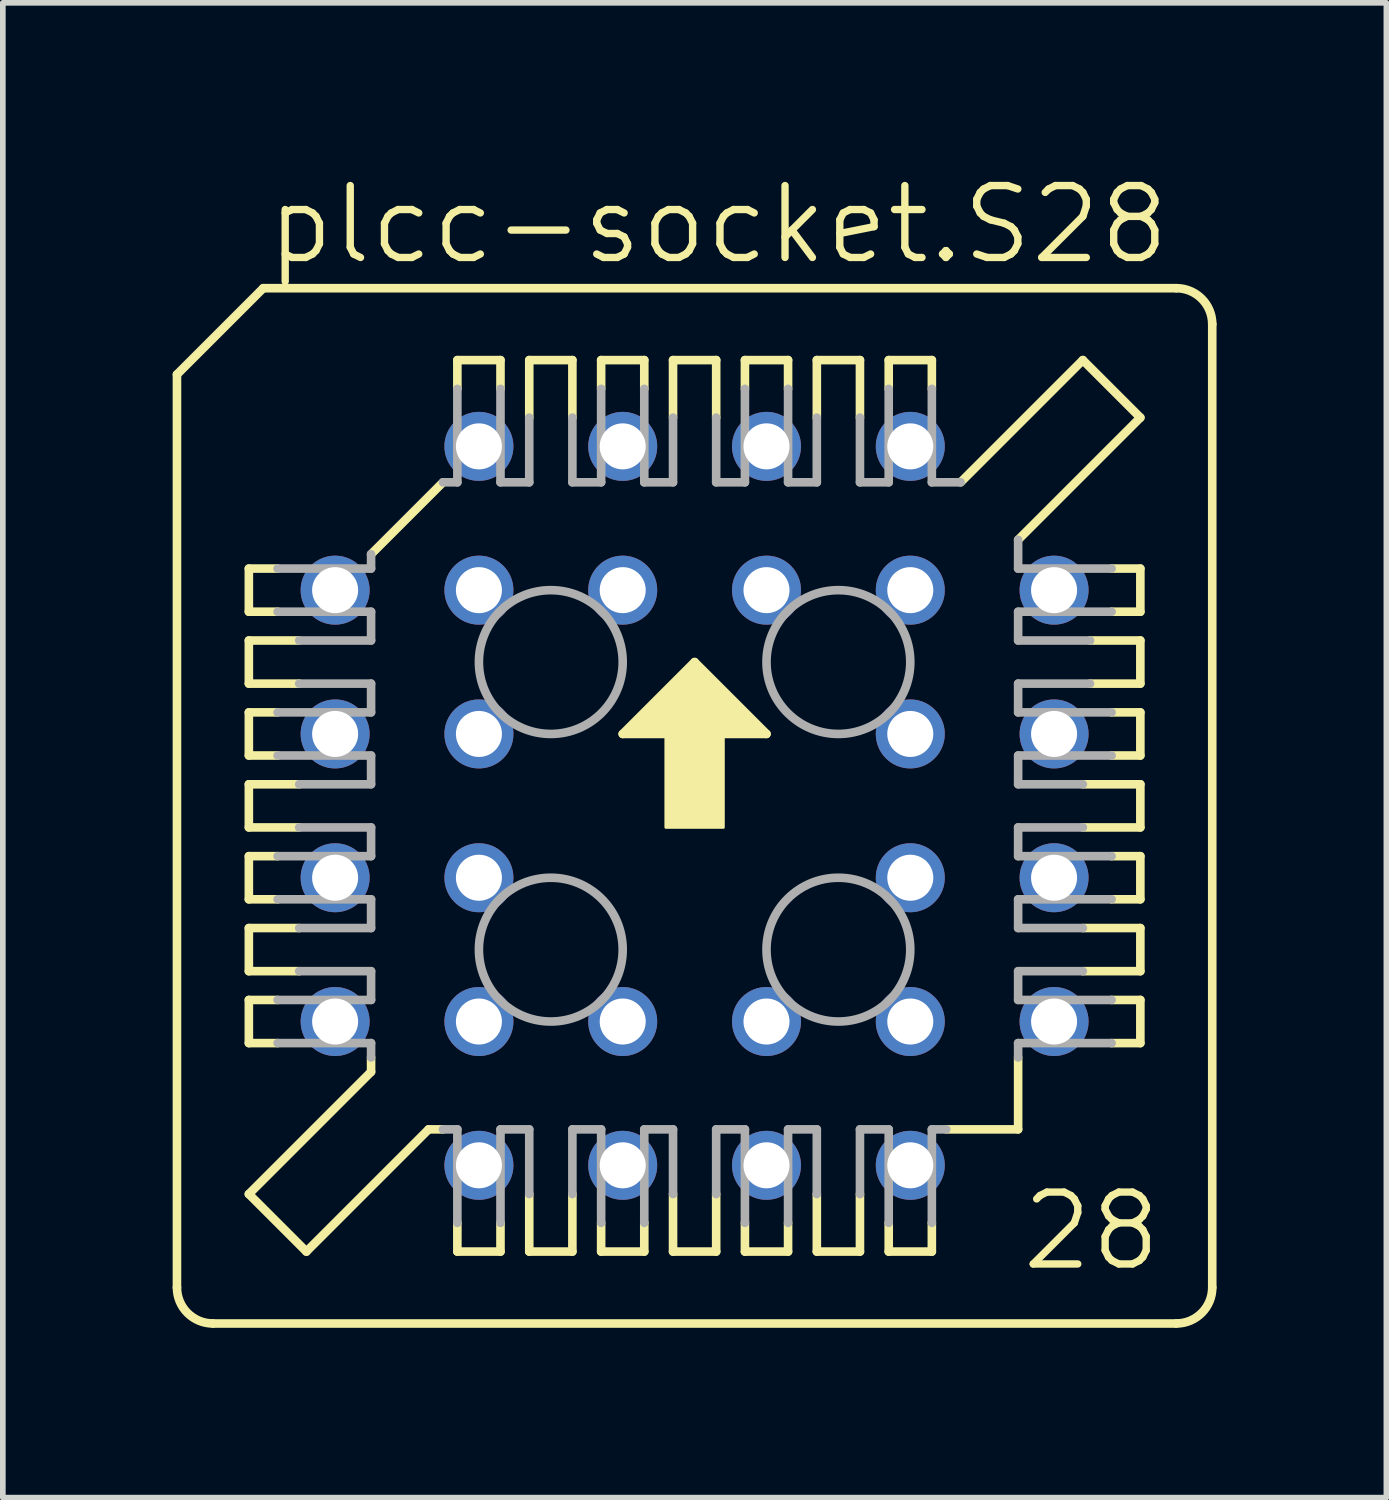
<source format=kicad_pcb>
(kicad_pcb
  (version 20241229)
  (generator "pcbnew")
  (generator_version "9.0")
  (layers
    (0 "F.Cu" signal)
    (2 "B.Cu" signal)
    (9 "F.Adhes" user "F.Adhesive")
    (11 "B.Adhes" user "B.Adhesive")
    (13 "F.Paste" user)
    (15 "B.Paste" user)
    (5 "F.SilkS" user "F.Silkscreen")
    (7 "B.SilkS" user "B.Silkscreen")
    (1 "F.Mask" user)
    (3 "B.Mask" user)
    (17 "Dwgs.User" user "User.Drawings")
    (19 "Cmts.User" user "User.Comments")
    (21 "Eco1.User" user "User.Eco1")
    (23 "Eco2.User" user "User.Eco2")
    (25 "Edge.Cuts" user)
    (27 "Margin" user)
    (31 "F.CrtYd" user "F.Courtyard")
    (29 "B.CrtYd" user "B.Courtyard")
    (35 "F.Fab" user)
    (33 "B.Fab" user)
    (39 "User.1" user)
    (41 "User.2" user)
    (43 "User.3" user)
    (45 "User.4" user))
  (footprint "plcc-socket.S28"
    (layer "F.Cu")
    (at 9.22 11.185)
    (property "Reference" "plcc-socket.S28" (at -7.62 -9.525 0) (layer "F.SilkS") (effects (font (size 1.27 1.27) (thickness 0.13)) (justify left bottom)))
    (attr through_hole)
    (fp_line (start -9.144 -7.62) (end -9.144 8.509) (stroke (width 0.152) (type default)) (layer "F.SilkS"))
    (fp_line (start -7.874 -4.191) (end -7.366 -4.191) (stroke (width 0.152) (type default)) (layer "F.SilkS"))
    (fp_line (start -7.874 -3.429) (end -7.874 -4.191) (stroke (width 0.152) (type default)) (layer "F.SilkS"))
    (fp_line (start -7.874 -2.921) (end -6.985 -2.921) (stroke (width 0.152) (type default)) (layer "F.SilkS"))
    (fp_line (start -7.874 -2.159) (end -7.874 -2.921) (stroke (width 0.152) (type default)) (layer "F.SilkS"))
    (fp_line (start -7.874 -1.651) (end -7.366 -1.651) (stroke (width 0.152) (type default)) (layer "F.SilkS"))
    (fp_line (start -7.874 -0.889) (end -7.874 -1.651) (stroke (width 0.152) (type default)) (layer "F.SilkS"))
    (fp_line (start -7.874 -0.381) (end -6.985 -0.381) (stroke (width 0.152) (type default)) (layer "F.SilkS"))
    (fp_line (start -7.874 0.381) (end -7.874 -0.381) (stroke (width 0.152) (type default)) (layer "F.SilkS"))
    (fp_line (start -7.874 0.889) (end -7.366 0.889) (stroke (width 0.152) (type default)) (layer "F.SilkS"))
    (fp_line (start -7.874 1.651) (end -7.874 0.889) (stroke (width 0.152) (type default)) (layer "F.SilkS"))
    (fp_line (start -7.874 2.159) (end -6.985 2.159) (stroke (width 0.152) (type default)) (layer "F.SilkS"))
    (fp_line (start -7.874 2.921) (end -7.874 2.159) (stroke (width 0.152) (type default)) (layer "F.SilkS"))
    (fp_line (start -7.874 3.429) (end -7.366 3.429) (stroke (width 0.152) (type default)) (layer "F.SilkS"))
    (fp_line (start -7.874 4.191) (end -7.874 3.429) (stroke (width 0.152) (type default)) (layer "F.SilkS"))
    (fp_line (start -7.874 6.858) (end -5.715 4.699) (stroke (width 0.152) (type default)) (layer "F.SilkS"))
    (fp_line (start -7.62 -9.144) (end -9.144 -7.62) (stroke (width 0.152) (type default)) (layer "F.SilkS"))
    (fp_line (start -7.366 -3.429) (end -7.874 -3.429) (stroke (width 0.152) (type default)) (layer "F.SilkS"))
    (fp_line (start -7.366 -0.889) (end -7.874 -0.889) (stroke (width 0.152) (type default)) (layer "F.SilkS"))
    (fp_line (start -7.366 1.651) (end -7.874 1.651) (stroke (width 0.152) (type default)) (layer "F.SilkS"))
    (fp_line (start -7.366 4.191) (end -7.874 4.191) (stroke (width 0.152) (type default)) (layer "F.SilkS"))
    (fp_line (start -6.985 -2.159) (end -7.874 -2.159) (stroke (width 0.152) (type default)) (layer "F.SilkS"))
    (fp_line (start -6.985 0.381) (end -7.874 0.381) (stroke (width 0.152) (type default)) (layer "F.SilkS"))
    (fp_line (start -6.985 2.921) (end -7.874 2.921) (stroke (width 0.152) (type default)) (layer "F.SilkS"))
    (fp_line (start -6.858 7.874) (end -7.874 6.858) (stroke (width 0.152) (type default)) (layer "F.SilkS"))
    (fp_line (start -6.858 7.874) (end -4.699 5.715) (stroke (width 0.152) (type default)) (layer "F.SilkS"))
    (fp_line (start -5.715 -4.445) (end -4.445 -5.715) (stroke (width 0.152) (type default)) (layer "F.SilkS"))
    (fp_line (start -5.715 4.699) (end -5.715 4.445) (stroke (width 0.152) (type default)) (layer "F.SilkS"))
    (fp_line (start -4.699 5.715) (end -4.445 5.715) (stroke (width 0.152) (type default)) (layer "F.SilkS"))
    (fp_line (start -4.191 -7.874) (end -4.191 -7.366) (stroke (width 0.152) (type default)) (layer "F.SilkS"))
    (fp_line (start -4.191 7.366) (end -4.191 7.874) (stroke (width 0.152) (type default)) (layer "F.SilkS"))
    (fp_line (start -4.191 7.874) (end -3.429 7.874) (stroke (width 0.152) (type default)) (layer "F.SilkS"))
    (fp_line (start -3.429 -7.874) (end -4.191 -7.874) (stroke (width 0.152) (type default)) (layer "F.SilkS"))
    (fp_line (start -3.429 -7.366) (end -3.429 -7.874) (stroke (width 0.152) (type default)) (layer "F.SilkS"))
    (fp_line (start -3.429 7.874) (end -3.429 7.366) (stroke (width 0.152) (type default)) (layer "F.SilkS"))
    (fp_line (start -2.921 -7.874) (end -2.921 -6.858) (stroke (width 0.152) (type default)) (layer "F.SilkS"))
    (fp_line (start -2.921 6.858) (end -2.921 7.874) (stroke (width 0.152) (type default)) (layer "F.SilkS"))
    (fp_line (start -2.921 7.874) (end -2.159 7.874) (stroke (width 0.152) (type default)) (layer "F.SilkS"))
    (fp_line (start -2.159 -7.874) (end -2.921 -7.874) (stroke (width 0.152) (type default)) (layer "F.SilkS"))
    (fp_line (start -2.159 -6.858) (end -2.159 -7.874) (stroke (width 0.152) (type default)) (layer "F.SilkS"))
    (fp_line (start -2.159 7.874) (end -2.159 6.858) (stroke (width 0.152) (type default)) (layer "F.SilkS"))
    (fp_line (start -1.651 -7.874) (end -1.651 -7.366) (stroke (width 0.152) (type default)) (layer "F.SilkS"))
    (fp_line (start -1.651 7.366) (end -1.651 7.874) (stroke (width 0.152) (type default)) (layer "F.SilkS"))
    (fp_line (start -1.651 7.874) (end -0.889 7.874) (stroke (width 0.152) (type default)) (layer "F.SilkS"))
    (fp_line (start -1.27 -1.27) (end 1.27 -1.27) (stroke (width 0.152) (type default)) (layer "F.SilkS"))
    (fp_line (start -0.889 -7.874) (end -1.651 -7.874) (stroke (width 0.152) (type default)) (layer "F.SilkS"))
    (fp_line (start -0.889 -7.366) (end -0.889 -7.874) (stroke (width 0.152) (type default)) (layer "F.SilkS"))
    (fp_line (start -0.889 7.874) (end -0.889 7.366) (stroke (width 0.152) (type default)) (layer "F.SilkS"))
    (fp_line (start -0.381 -7.874) (end -0.381 -6.858) (stroke (width 0.152) (type default)) (layer "F.SilkS"))
    (fp_line (start -0.381 6.858) (end -0.381 7.874) (stroke (width 0.152) (type default)) (layer "F.SilkS"))
    (fp_line (start -0.381 7.874) (end 0.381 7.874) (stroke (width 0.152) (type default)) (layer "F.SilkS"))
    (fp_line (start 0 -2.54) (end -1.27 -1.27) (stroke (width 0.152) (type default)) (layer "F.SilkS"))
    (fp_line (start 0.381 -7.874) (end -0.381 -7.874) (stroke (width 0.152) (type default)) (layer "F.SilkS"))
    (fp_line (start 0.381 -6.858) (end 0.381 -7.874) (stroke (width 0.152) (type default)) (layer "F.SilkS"))
    (fp_line (start 0.381 7.874) (end 0.381 6.858) (stroke (width 0.152) (type default)) (layer "F.SilkS"))
    (fp_line (start 0.889 -7.874) (end 0.889 -7.366) (stroke (width 0.152) (type default)) (layer "F.SilkS"))
    (fp_line (start 0.889 7.366) (end 0.889 7.874) (stroke (width 0.152) (type default)) (layer "F.SilkS"))
    (fp_line (start 0.889 7.874) (end 1.651 7.874) (stroke (width 0.152) (type default)) (layer "F.SilkS"))
    (fp_line (start 1.27 -1.27) (end 0 -2.54) (stroke (width 0.152) (type default)) (layer "F.SilkS"))
    (fp_line (start 1.651 -7.874) (end 0.889 -7.874) (stroke (width 0.152) (type default)) (layer "F.SilkS"))
    (fp_line (start 1.651 -7.366) (end 1.651 -7.874) (stroke (width 0.152) (type default)) (layer "F.SilkS"))
    (fp_line (start 1.651 7.874) (end 1.651 7.366) (stroke (width 0.152) (type default)) (layer "F.SilkS"))
    (fp_line (start 2.159 -7.874) (end 2.159 -6.858) (stroke (width 0.152) (type default)) (layer "F.SilkS"))
    (fp_line (start 2.159 6.858) (end 2.159 7.874) (stroke (width 0.152) (type default)) (layer "F.SilkS"))
    (fp_line (start 2.159 7.874) (end 2.921 7.874) (stroke (width 0.152) (type default)) (layer "F.SilkS"))
    (fp_line (start 2.921 -7.874) (end 2.159 -7.874) (stroke (width 0.152) (type default)) (layer "F.SilkS"))
    (fp_line (start 2.921 -6.858) (end 2.921 -7.874) (stroke (width 0.152) (type default)) (layer "F.SilkS"))
    (fp_line (start 2.921 7.874) (end 2.921 6.858) (stroke (width 0.152) (type default)) (layer "F.SilkS"))
    (fp_line (start 3.429 -7.874) (end 3.429 -7.366) (stroke (width 0.152) (type default)) (layer "F.SilkS"))
    (fp_line (start 3.429 7.366) (end 3.429 7.874) (stroke (width 0.152) (type default)) (layer "F.SilkS"))
    (fp_line (start 3.429 7.874) (end 4.191 7.874) (stroke (width 0.152) (type default)) (layer "F.SilkS"))
    (fp_line (start 4.191 -7.874) (end 3.429 -7.874) (stroke (width 0.152) (type default)) (layer "F.SilkS"))
    (fp_line (start 4.191 -7.366) (end 4.191 -7.874) (stroke (width 0.152) (type default)) (layer "F.SilkS"))
    (fp_line (start 4.191 7.874) (end 4.191 7.366) (stroke (width 0.152) (type default)) (layer "F.SilkS"))
    (fp_line (start 4.445 5.715) (end 5.715 5.715) (stroke (width 0.152) (type default)) (layer "F.SilkS"))
    (fp_line (start 5.715 4.445) (end 5.715 5.715) (stroke (width 0.152) (type default)) (layer "F.SilkS"))
    (fp_line (start 6.858 -7.874) (end 4.699 -5.715) (stroke (width 0.152) (type default)) (layer "F.SilkS"))
    (fp_line (start 6.858 -0.381) (end 7.874 -0.381) (stroke (width 0.152) (type default)) (layer "F.SilkS"))
    (fp_line (start 6.858 2.159) (end 7.874 2.159) (stroke (width 0.152) (type default)) (layer "F.SilkS"))
    (fp_line (start 6.985 -2.921) (end 7.874 -2.921) (stroke (width 0.152) (type default)) (layer "F.SilkS"))
    (fp_line (start 7.366 -4.191) (end 7.874 -4.191) (stroke (width 0.152) (type default)) (layer "F.SilkS"))
    (fp_line (start 7.366 -1.651) (end 7.874 -1.651) (stroke (width 0.152) (type default)) (layer "F.SilkS"))
    (fp_line (start 7.366 0.889) (end 7.874 0.889) (stroke (width 0.152) (type default)) (layer "F.SilkS"))
    (fp_line (start 7.366 3.429) (end 7.874 3.429) (stroke (width 0.152) (type default)) (layer "F.SilkS"))
    (fp_line (start 7.874 -6.858) (end 5.715 -4.699) (stroke (width 0.152) (type default)) (layer "F.SilkS"))
    (fp_line (start 7.874 -6.858) (end 6.858 -7.874) (stroke (width 0.152) (type default)) (layer "F.SilkS"))
    (fp_line (start 7.874 -4.191) (end 7.874 -3.429) (stroke (width 0.152) (type default)) (layer "F.SilkS"))
    (fp_line (start 7.874 -3.429) (end 7.366 -3.429) (stroke (width 0.152) (type default)) (layer "F.SilkS"))
    (fp_line (start 7.874 -2.921) (end 7.874 -2.159) (stroke (width 0.152) (type default)) (layer "F.SilkS"))
    (fp_line (start 7.874 -2.159) (end 6.985 -2.159) (stroke (width 0.152) (type default)) (layer "F.SilkS"))
    (fp_line (start 7.874 -1.651) (end 7.874 -0.889) (stroke (width 0.152) (type default)) (layer "F.SilkS"))
    (fp_line (start 7.874 -0.889) (end 7.366 -0.889) (stroke (width 0.152) (type default)) (layer "F.SilkS"))
    (fp_line (start 7.874 -0.381) (end 7.874 0.381) (stroke (width 0.152) (type default)) (layer "F.SilkS"))
    (fp_line (start 7.874 0.381) (end 6.858 0.381) (stroke (width 0.152) (type default)) (layer "F.SilkS"))
    (fp_line (start 7.874 0.889) (end 7.874 1.651) (stroke (width 0.152) (type default)) (layer "F.SilkS"))
    (fp_line (start 7.874 1.651) (end 7.366 1.651) (stroke (width 0.152) (type default)) (layer "F.SilkS"))
    (fp_line (start 7.874 2.159) (end 7.874 2.921) (stroke (width 0.152) (type default)) (layer "F.SilkS"))
    (fp_line (start 7.874 2.921) (end 6.858 2.921) (stroke (width 0.152) (type default)) (layer "F.SilkS"))
    (fp_line (start 7.874 3.429) (end 7.874 4.191) (stroke (width 0.152) (type default)) (layer "F.SilkS"))
    (fp_line (start 7.874 4.191) (end 7.366 4.191) (stroke (width 0.152) (type default)) (layer "F.SilkS"))
    (fp_line (start 8.509 -9.144) (end -7.62 -9.144) (stroke (width 0.152) (type default)) (layer "F.SilkS"))
    (fp_line (start 8.509 9.144) (end -8.509 9.144) (stroke (width 0.152) (type default)) (layer "F.SilkS"))
    (fp_line (start 9.144 8.509) (end 9.144 -8.509) (stroke (width 0.152) (type default)) (layer "F.SilkS"))
    (fp_rect (start -1.143 -1.27) (end -0.889 -1.397) (stroke (width 0.05) (type default)) (fill yes) (layer "F.SilkS"))
    (fp_rect (start -1.016 -1.397) (end -0.889 -1.524) (stroke (width 0.05) (type default)) (fill yes) (layer "F.SilkS"))
    (fp_rect (start -0.889 -1.27) (end 0.889 -1.651) (stroke (width 0.05) (type default)) (fill yes) (layer "F.SilkS"))
    (fp_rect (start -0.762 -1.651) (end -0.635 -1.778) (stroke (width 0.05) (type default)) (fill yes) (layer "F.SilkS"))
    (fp_rect (start -0.635 -1.651) (end 0.635 -1.905) (stroke (width 0.05) (type default)) (fill yes) (layer "F.SilkS"))
    (fp_rect (start -0.508 -1.905) (end -0.381 -2.032) (stroke (width 0.05) (type default)) (fill yes) (layer "F.SilkS"))
    (fp_rect (start -0.508 0.381) (end 0.508 -1.524) (stroke (width 0.05) (type default)) (fill yes) (layer "F.SilkS"))
    (fp_rect (start -0.381 -1.905) (end 0.381 -2.159) (stroke (width 0.05) (type default)) (fill yes) (layer "F.SilkS"))
    (fp_rect (start -0.254 -2.159) (end -0.127 -2.286) (stroke (width 0.05) (type default)) (fill yes) (layer "F.SilkS"))
    (fp_rect (start -0.127 -2.159) (end 0.127 -2.413) (stroke (width 0.05) (type default)) (fill yes) (layer "F.SilkS"))
    (fp_rect (start 0.127 -2.159) (end 0.254 -2.286) (stroke (width 0.05) (type default)) (fill yes) (layer "F.SilkS"))
    (fp_rect (start 0.381 -1.905) (end 0.508 -2.032) (stroke (width 0.05) (type default)) (fill yes) (layer "F.SilkS"))
    (fp_rect (start 0.635 -1.651) (end 0.762 -1.778) (stroke (width 0.05) (type default)) (fill yes) (layer "F.SilkS"))
    (fp_rect (start 0.889 -1.397) (end 1.016 -1.524) (stroke (width 0.05) (type default)) (fill yes) (layer "F.SilkS"))
    (fp_rect (start 0.889 -1.27) (end 1.143 -1.397) (stroke (width 0.05) (type default)) (fill yes) (layer "F.SilkS"))
    (fp_arc (start -8.509 9.144) (mid -8.958013 8.958013) (end -9.144 8.509) (stroke (width 0.1524) (type default)) (layer "F.SilkS"))
    (fp_arc (start 8.509 -9.144) (mid 8.958013 -8.958013) (end 9.144 -8.509) (stroke (width 0.1524) (type default)) (layer "F.SilkS"))
    (fp_arc (start 9.144 8.509) (mid 8.958013 8.958013) (end 8.509 9.144) (stroke (width 0.1524) (type default)) (layer "F.SilkS"))
    (fp_line (start -7.366 -3.429) (end -5.715 -3.429) (stroke (width 0.152) (type default)) (layer "F.Fab"))
    (fp_line (start -7.366 -0.889) (end -5.715 -0.889) (stroke (width 0.152) (type default)) (layer "F.Fab"))
    (fp_line (start -7.366 1.651) (end -5.715 1.651) (stroke (width 0.152) (type default)) (layer "F.Fab"))
    (fp_line (start -7.366 4.191) (end -5.715 4.191) (stroke (width 0.152) (type default)) (layer "F.Fab"))
    (fp_line (start -6.985 -2.159) (end -5.715 -2.159) (stroke (width 0.152) (type default)) (layer "F.Fab"))
    (fp_line (start -6.985 0.381) (end -5.715 0.381) (stroke (width 0.152) (type default)) (layer "F.Fab"))
    (fp_line (start -6.985 2.921) (end -5.715 2.921) (stroke (width 0.152) (type default)) (layer "F.Fab"))
    (fp_line (start -5.715 -4.191) (end -7.366 -4.191) (stroke (width 0.152) (type default)) (layer "F.Fab"))
    (fp_line (start -5.715 -4.191) (end -5.715 -4.445) (stroke (width 0.152) (type default)) (layer "F.Fab"))
    (fp_line (start -5.715 -2.921) (end -6.985 -2.921) (stroke (width 0.152) (type default)) (layer "F.Fab"))
    (fp_line (start -5.715 -2.921) (end -5.715 -3.429) (stroke (width 0.152) (type default)) (layer "F.Fab"))
    (fp_line (start -5.715 -1.651) (end -7.366 -1.651) (stroke (width 0.152) (type default)) (layer "F.Fab"))
    (fp_line (start -5.715 -1.651) (end -5.715 -2.159) (stroke (width 0.152) (type default)) (layer "F.Fab"))
    (fp_line (start -5.715 -0.381) (end -6.985 -0.381) (stroke (width 0.152) (type default)) (layer "F.Fab"))
    (fp_line (start -5.715 -0.381) (end -5.715 -0.889) (stroke (width 0.152) (type default)) (layer "F.Fab"))
    (fp_line (start -5.715 0.889) (end -7.366 0.889) (stroke (width 0.152) (type default)) (layer "F.Fab"))
    (fp_line (start -5.715 0.889) (end -5.715 0.381) (stroke (width 0.152) (type default)) (layer "F.Fab"))
    (fp_line (start -5.715 2.159) (end -6.985 2.159) (stroke (width 0.152) (type default)) (layer "F.Fab"))
    (fp_line (start -5.715 2.159) (end -5.715 1.651) (stroke (width 0.152) (type default)) (layer "F.Fab"))
    (fp_line (start -5.715 3.429) (end -7.366 3.429) (stroke (width 0.152) (type default)) (layer "F.Fab"))
    (fp_line (start -5.715 3.429) (end -5.715 2.921) (stroke (width 0.152) (type default)) (layer "F.Fab"))
    (fp_line (start -5.715 4.445) (end -5.715 4.191) (stroke (width 0.152) (type default)) (layer "F.Fab"))
    (fp_line (start -4.191 -5.715) (end -4.445 -5.715) (stroke (width 0.152) (type default)) (layer "F.Fab"))
    (fp_line (start -4.191 -5.715) (end -4.191 -7.366) (stroke (width 0.152) (type default)) (layer "F.Fab"))
    (fp_line (start -4.191 5.715) (end -4.445 5.715) (stroke (width 0.152) (type default)) (layer "F.Fab"))
    (fp_line (start -4.191 7.366) (end -4.191 5.715) (stroke (width 0.152) (type default)) (layer "F.Fab"))
    (fp_line (start -3.429 -7.366) (end -3.429 -5.715) (stroke (width 0.152) (type default)) (layer "F.Fab"))
    (fp_line (start -3.429 5.715) (end -3.429 7.366) (stroke (width 0.152) (type default)) (layer "F.Fab"))
    (fp_line (start -3.429 5.715) (end -2.921 5.715) (stroke (width 0.152) (type default)) (layer "F.Fab"))
    (fp_line (start -2.921 -5.715) (end -3.429 -5.715) (stroke (width 0.152) (type default)) (layer "F.Fab"))
    (fp_line (start -2.921 -5.715) (end -2.921 -6.858) (stroke (width 0.152) (type default)) (layer "F.Fab"))
    (fp_line (start -2.921 6.858) (end -2.921 5.715) (stroke (width 0.152) (type default)) (layer "F.Fab"))
    (fp_line (start -2.159 -6.858) (end -2.159 -5.715) (stroke (width 0.152) (type default)) (layer "F.Fab"))
    (fp_line (start -2.159 5.715) (end -2.159 6.858) (stroke (width 0.152) (type default)) (layer "F.Fab"))
    (fp_line (start -2.159 5.715) (end -1.651 5.715) (stroke (width 0.152) (type default)) (layer "F.Fab"))
    (fp_line (start -1.651 -5.715) (end -2.159 -5.715) (stroke (width 0.152) (type default)) (layer "F.Fab"))
    (fp_line (start -1.651 -5.715) (end -1.651 -7.366) (stroke (width 0.152) (type default)) (layer "F.Fab"))
    (fp_line (start -1.651 7.366) (end -1.651 5.715) (stroke (width 0.152) (type default)) (layer "F.Fab"))
    (fp_line (start -0.889 -7.366) (end -0.889 -5.715) (stroke (width 0.152) (type default)) (layer "F.Fab"))
    (fp_line (start -0.889 5.715) (end -0.889 7.366) (stroke (width 0.152) (type default)) (layer "F.Fab"))
    (fp_line (start -0.889 5.715) (end -0.381 5.715) (stroke (width 0.152) (type default)) (layer "F.Fab"))
    (fp_line (start -0.381 -5.715) (end -0.889 -5.715) (stroke (width 0.152) (type default)) (layer "F.Fab"))
    (fp_line (start -0.381 -5.715) (end -0.381 -6.858) (stroke (width 0.152) (type default)) (layer "F.Fab"))
    (fp_line (start -0.381 6.858) (end -0.381 5.715) (stroke (width 0.152) (type default)) (layer "F.Fab"))
    (fp_line (start 0.381 -6.858) (end 0.381 -5.715) (stroke (width 0.152) (type default)) (layer "F.Fab"))
    (fp_line (start 0.381 5.715) (end 0.381 6.858) (stroke (width 0.152) (type default)) (layer "F.Fab"))
    (fp_line (start 0.381 5.715) (end 0.889 5.715) (stroke (width 0.152) (type default)) (layer "F.Fab"))
    (fp_line (start 0.889 -5.715) (end 0.381 -5.715) (stroke (width 0.152) (type default)) (layer "F.Fab"))
    (fp_line (start 0.889 -5.715) (end 0.889 -7.366) (stroke (width 0.152) (type default)) (layer "F.Fab"))
    (fp_line (start 0.889 7.366) (end 0.889 5.715) (stroke (width 0.152) (type default)) (layer "F.Fab"))
    (fp_line (start 1.651 -7.366) (end 1.651 -5.715) (stroke (width 0.152) (type default)) (layer "F.Fab"))
    (fp_line (start 1.651 5.715) (end 1.651 7.366) (stroke (width 0.152) (type default)) (layer "F.Fab"))
    (fp_line (start 1.651 5.715) (end 2.159 5.715) (stroke (width 0.152) (type default)) (layer "F.Fab"))
    (fp_line (start 2.159 -5.715) (end 1.651 -5.715) (stroke (width 0.152) (type default)) (layer "F.Fab"))
    (fp_line (start 2.159 -5.715) (end 2.159 -6.858) (stroke (width 0.152) (type default)) (layer "F.Fab"))
    (fp_line (start 2.159 6.858) (end 2.159 5.715) (stroke (width 0.152) (type default)) (layer "F.Fab"))
    (fp_line (start 2.921 -6.858) (end 2.921 -5.715) (stroke (width 0.152) (type default)) (layer "F.Fab"))
    (fp_line (start 2.921 5.715) (end 2.921 6.858) (stroke (width 0.152) (type default)) (layer "F.Fab"))
    (fp_line (start 2.921 5.715) (end 3.429 5.715) (stroke (width 0.152) (type default)) (layer "F.Fab"))
    (fp_line (start 3.429 -5.715) (end 2.921 -5.715) (stroke (width 0.152) (type default)) (layer "F.Fab"))
    (fp_line (start 3.429 -5.715) (end 3.429 -7.366) (stroke (width 0.152) (type default)) (layer "F.Fab"))
    (fp_line (start 3.429 7.366) (end 3.429 5.715) (stroke (width 0.152) (type default)) (layer "F.Fab"))
    (fp_line (start 4.191 -7.366) (end 4.191 -5.715) (stroke (width 0.152) (type default)) (layer "F.Fab"))
    (fp_line (start 4.191 5.715) (end 4.191 7.366) (stroke (width 0.152) (type default)) (layer "F.Fab"))
    (fp_line (start 4.445 5.715) (end 4.191 5.715) (stroke (width 0.152) (type default)) (layer "F.Fab"))
    (fp_line (start 4.699 -5.715) (end 4.191 -5.715) (stroke (width 0.152) (type default)) (layer "F.Fab"))
    (fp_line (start 5.715 -4.699) (end 5.715 -4.191) (stroke (width 0.152) (type default)) (layer "F.Fab"))
    (fp_line (start 5.715 -3.429) (end 5.715 -2.921) (stroke (width 0.152) (type default)) (layer "F.Fab"))
    (fp_line (start 5.715 -3.429) (end 7.366 -3.429) (stroke (width 0.152) (type default)) (layer "F.Fab"))
    (fp_line (start 5.715 -2.159) (end 5.715 -1.651) (stroke (width 0.152) (type default)) (layer "F.Fab"))
    (fp_line (start 5.715 -2.159) (end 6.985 -2.159) (stroke (width 0.152) (type default)) (layer "F.Fab"))
    (fp_line (start 5.715 -0.889) (end 5.715 -0.381) (stroke (width 0.152) (type default)) (layer "F.Fab"))
    (fp_line (start 5.715 -0.889) (end 7.366 -0.889) (stroke (width 0.152) (type default)) (layer "F.Fab"))
    (fp_line (start 5.715 0.381) (end 5.715 0.889) (stroke (width 0.152) (type default)) (layer "F.Fab"))
    (fp_line (start 5.715 0.381) (end 6.858 0.381) (stroke (width 0.152) (type default)) (layer "F.Fab"))
    (fp_line (start 5.715 1.651) (end 5.715 2.159) (stroke (width 0.152) (type default)) (layer "F.Fab"))
    (fp_line (start 5.715 1.651) (end 7.366 1.651) (stroke (width 0.152) (type default)) (layer "F.Fab"))
    (fp_line (start 5.715 2.921) (end 5.715 3.429) (stroke (width 0.152) (type default)) (layer "F.Fab"))
    (fp_line (start 5.715 2.921) (end 6.858 2.921) (stroke (width 0.152) (type default)) (layer "F.Fab"))
    (fp_line (start 5.715 4.191) (end 7.366 4.191) (stroke (width 0.152) (type default)) (layer "F.Fab"))
    (fp_line (start 5.715 4.445) (end 5.715 4.191) (stroke (width 0.152) (type default)) (layer "F.Fab"))
    (fp_line (start 6.858 -0.381) (end 5.715 -0.381) (stroke (width 0.152) (type default)) (layer "F.Fab"))
    (fp_line (start 6.858 2.159) (end 5.715 2.159) (stroke (width 0.152) (type default)) (layer "F.Fab"))
    (fp_line (start 6.985 -2.921) (end 5.715 -2.921) (stroke (width 0.152) (type default)) (layer "F.Fab"))
    (fp_line (start 7.366 -4.191) (end 5.715 -4.191) (stroke (width 0.152) (type default)) (layer "F.Fab"))
    (fp_line (start 7.366 -1.651) (end 5.715 -1.651) (stroke (width 0.152) (type default)) (layer "F.Fab"))
    (fp_line (start 7.366 0.889) (end 5.715 0.889) (stroke (width 0.152) (type default)) (layer "F.Fab"))
    (fp_line (start 7.366 3.429) (end 5.715 3.429) (stroke (width 0.152) (type default)) (layer "F.Fab"))
    (fp_circle (center -2.54 -2.54) (end -1.27 -2.54) (stroke (width 0.152) (type default)) (fill no) (layer "F.Fab"))
    (fp_circle (center -2.54 2.54) (end -1.27 2.54) (stroke (width 0.152) (type default)) (fill no) (layer "F.Fab"))
    (fp_circle (center 2.54 -2.54) (end 3.81 -2.54) (stroke (width 0.152) (type default)) (fill no) (layer "F.Fab"))
    (fp_circle (center 2.54 2.54) (end 3.81 2.54) (stroke (width 0.152) (type default)) (fill no) (layer "F.Fab"))
    (fp_text user "28" (at 5.715 8.255 0) (layer "F.SilkS") (effects (font (size 1.27 1.27) (thickness 0.13)) (justify left bottom)))
    (pad "1" thru_hole circle (at 1.27 -3.81) (size 1.219 1.219) (drill 0.813) (layers "*.Cu" "*.Mask"))
    (pad "2" thru_hole circle (at -1.27 -6.35) (size 1.219 1.219) (drill 0.813) (layers "*.Cu" "*.Mask"))
    (pad "3" thru_hole circle (at -1.27 -3.81) (size 1.219 1.219) (drill 0.813) (layers "*.Cu" "*.Mask"))
    (pad "4" thru_hole circle (at -3.81 -6.35) (size 1.219 1.219) (drill 0.813) (layers "*.Cu" "*.Mask"))
    (pad "5" thru_hole circle (at -6.35 -3.81) (size 1.219 1.219) (drill 0.813) (layers "*.Cu" "*.Mask"))
    (pad "6" thru_hole circle (at -3.81 -3.81) (size 1.219 1.219) (drill 0.813) (layers "*.Cu" "*.Mask"))
    (pad "7" thru_hole circle (at -6.35 -1.27) (size 1.219 1.219) (drill 0.813) (layers "*.Cu" "*.Mask"))
    (pad "8" thru_hole circle (at -3.81 -1.27) (size 1.219 1.219) (drill 0.813) (layers "*.Cu" "*.Mask"))
    (pad "9" thru_hole circle (at -6.35 1.27) (size 1.219 1.219) (drill 0.813) (layers "*.Cu" "*.Mask"))
    (pad "10" thru_hole circle (at -3.81 1.27) (size 1.219 1.219) (drill 0.813) (layers "*.Cu" "*.Mask"))
    (pad "11" thru_hole circle (at -6.35 3.81) (size 1.219 1.219) (drill 0.813) (layers "*.Cu" "*.Mask"))
    (pad "12" thru_hole circle (at -3.81 6.35) (size 1.219 1.219) (drill 0.813) (layers "*.Cu" "*.Mask"))
    (pad "13" thru_hole circle (at -3.81 3.81) (size 1.219 1.219) (drill 0.813) (layers "*.Cu" "*.Mask"))
    (pad "14" thru_hole circle (at -1.27 6.35) (size 1.219 1.219) (drill 0.813) (layers "*.Cu" "*.Mask"))
    (pad "15" thru_hole circle (at -1.27 3.81) (size 1.219 1.219) (drill 0.813) (layers "*.Cu" "*.Mask"))
    (pad "16" thru_hole circle (at 1.27 6.35) (size 1.219 1.219) (drill 0.813) (layers "*.Cu" "*.Mask"))
    (pad "17" thru_hole circle (at 1.27 3.81) (size 1.219 1.219) (drill 0.813) (layers "*.Cu" "*.Mask"))
    (pad "18" thru_hole circle (at 3.81 6.35) (size 1.219 1.219) (drill 0.813) (layers "*.Cu" "*.Mask"))
    (pad "19" thru_hole circle (at 6.35 3.81) (size 1.219 1.219) (drill 0.813) (layers "*.Cu" "*.Mask"))
    (pad "20" thru_hole circle (at 3.81 3.81) (size 1.219 1.219) (drill 0.813) (layers "*.Cu" "*.Mask"))
    (pad "21" thru_hole circle (at 6.35 1.27) (size 1.219 1.219) (drill 0.813) (layers "*.Cu" "*.Mask"))
    (pad "22" thru_hole circle (at 3.81 1.27) (size 1.219 1.219) (drill 0.813) (layers "*.Cu" "*.Mask"))
    (pad "23" thru_hole circle (at 6.35 -1.27) (size 1.219 1.219) (drill 0.813) (layers "*.Cu" "*.Mask"))
    (pad "24" thru_hole circle (at 3.81 -1.27) (size 1.219 1.219) (drill 0.813) (layers "*.Cu" "*.Mask"))
    (pad "25" thru_hole circle (at 6.35 -3.81) (size 1.219 1.219) (drill 0.813) (layers "*.Cu" "*.Mask"))
    (pad "26" thru_hole circle (at 3.81 -6.35) (size 1.219 1.219) (drill 0.813) (layers "*.Cu" "*.Mask"))
    (pad "27" thru_hole circle (at 3.81 -3.81) (size 1.219 1.219) (drill 0.813) (layers "*.Cu" "*.Mask"))
    (pad "28" thru_hole circle (at 1.27 -6.35) (size 1.219 1.219) (drill 0.813) (layers "*.Cu" "*.Mask")))
  (gr_rect
    (start -3 -3)
    (end 21.44 23.405)
    (stroke (width 0.1) (type default))
    (fill no)
    (layer "Edge.Cuts")))
</source>
